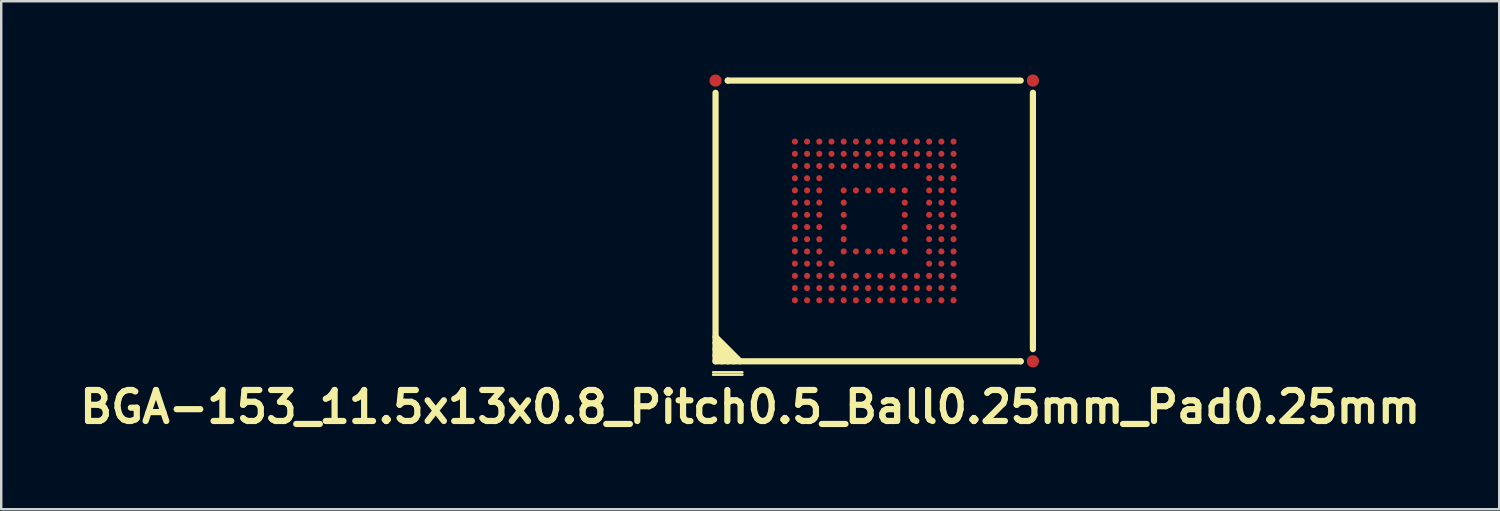
<source format=kicad_pcb>
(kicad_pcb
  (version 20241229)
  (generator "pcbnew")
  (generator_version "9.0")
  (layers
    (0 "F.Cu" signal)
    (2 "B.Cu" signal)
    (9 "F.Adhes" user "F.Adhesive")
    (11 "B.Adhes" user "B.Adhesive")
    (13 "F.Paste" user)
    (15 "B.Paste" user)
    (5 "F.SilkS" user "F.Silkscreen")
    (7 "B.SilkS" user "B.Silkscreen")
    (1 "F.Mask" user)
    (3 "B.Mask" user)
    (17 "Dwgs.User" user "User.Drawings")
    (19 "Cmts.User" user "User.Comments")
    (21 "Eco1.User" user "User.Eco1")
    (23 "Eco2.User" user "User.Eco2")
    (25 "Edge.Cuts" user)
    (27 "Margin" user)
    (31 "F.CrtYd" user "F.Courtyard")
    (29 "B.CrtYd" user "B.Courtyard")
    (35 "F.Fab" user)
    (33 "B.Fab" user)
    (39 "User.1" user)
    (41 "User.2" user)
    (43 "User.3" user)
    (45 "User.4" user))
  (footprint "BGA-153_11.5x13x0.8_Pitch0.5_Ball0.25mm_Pad0.25mm"
    (layer "F.Cu")
    (at 32.76 6)
    (property "Reference" "BGA-153_11.5x13x0.8_Pitch0.5_Ball0.25mm_Pad0.25mm" (at -5.08 7.62 0) (layer "F.SilkS") (effects (font (size 1.27 1.27) (thickness 0.254))))
    (attr smd)
    (fp_line (start -6.6 6.2) (end -5.4 6.2) (stroke (width 0.1) (type default)) (layer "F.SilkS"))
    (fp_line (start -6.6 6.3) (end -5.4 6.3) (stroke (width 0.1) (type default)) (layer "F.SilkS"))
    (fp_line (start -6.5 -5.25) (end -6.5 5.75) (stroke (width 0.254) (type solid)) (layer "F.SilkS"))
    (fp_line (start -6.5 4.75) (end -5.5 5.75) (stroke (width 0.254) (type solid)) (layer "F.SilkS"))
    (fp_line (start -6.5 5) (end -5.75 5.75) (stroke (width 0.254) (type solid)) (layer "F.SilkS"))
    (fp_line (start -6.5 5.25) (end -6 5.75) (stroke (width 0.254) (type solid)) (layer "F.SilkS"))
    (fp_line (start -6.5 5.5) (end -6.25 5.75) (stroke (width 0.254) (type solid)) (layer "F.SilkS"))
    (fp_line (start -6.5 5.75) (end 6 5.75) (stroke (width 0.254) (type solid)) (layer "F.SilkS"))
    (fp_line (start -6 -5.75) (end -6 -5.75) (stroke (width 0.254) (type solid)) (layer "F.SilkS"))
    (fp_line (start 6 -5.75) (end -6 -5.75) (stroke (width 0.254) (type solid)) (layer "F.SilkS"))
    (fp_line (start 6 5.75) (end 6 5.75) (stroke (width 0.254) (type solid)) (layer "F.SilkS"))
    (fp_line (start 6.5 5.25) (end 6.5 -5.25) (stroke (width 0.254) (type solid)) (layer "F.SilkS"))
    (pad "" smd rect (at -3.25 -3.25) (size 0.3 0.3) (layers "F.Paste"))
    (pad "" smd rect (at -3.25 -2.75) (size 0.3 0.3) (layers "F.Paste"))
    (pad "" smd rect (at -3.25 -2.25) (size 0.3 0.3) (layers "F.Paste"))
    (pad "" smd rect (at -3.25 -1.75) (size 0.3 0.3) (layers "F.Paste"))
    (pad "" smd rect (at -3.25 -1.25) (size 0.3 0.3) (layers "F.Paste"))
    (pad "" smd rect (at -3.25 -0.75) (size 0.3 0.3) (layers "F.Paste"))
    (pad "" smd rect (at -3.25 -0.25) (size 0.3 0.3) (layers "F.Paste"))
    (pad "" smd rect (at -3.25 0.25) (size 0.3 0.3) (layers "F.Paste"))
    (pad "" smd rect (at -3.25 0.75) (size 0.3 0.3) (layers "F.Paste"))
    (pad "" smd rect (at -3.25 1.25) (size 0.3 0.3) (layers "F.Paste"))
    (pad "" smd rect (at -3.25 1.75) (size 0.3 0.3) (layers "F.Paste"))
    (pad "" smd rect (at -3.25 2.25) (size 0.3 0.3) (layers "F.Paste"))
    (pad "" smd rect (at -3.25 2.75) (size 0.3 0.3) (layers "F.Paste"))
    (pad "" smd rect (at -3.25 3.25) (size 0.3 0.3) (layers "F.Paste"))
    (pad "" smd rect (at -2.75 -3.25) (size 0.3 0.3) (layers "F.Paste"))
    (pad "" smd rect (at -2.75 -2.75) (size 0.3 0.3) (layers "F.Paste"))
    (pad "" smd rect (at -2.75 -2.25) (size 0.3 0.3) (layers "F.Paste"))
    (pad "" smd rect (at -2.75 -1.75) (size 0.3 0.3) (layers "F.Paste"))
    (pad "" smd rect (at -2.75 -1.25) (size 0.3 0.3) (layers "F.Paste"))
    (pad "" smd rect (at -2.75 -0.75) (size 0.3 0.3) (layers "F.Paste"))
    (pad "" smd rect (at -2.75 -0.25) (size 0.3 0.3) (layers "F.Paste"))
    (pad "" smd rect (at -2.75 0.25) (size 0.3 0.3) (layers "F.Paste"))
    (pad "" smd rect (at -2.75 0.75) (size 0.3 0.3) (layers "F.Paste"))
    (pad "" smd rect (at -2.75 1.25) (size 0.3 0.3) (layers "F.Paste"))
    (pad "" smd rect (at -2.75 1.75) (size 0.3 0.3) (layers "F.Paste"))
    (pad "" smd rect (at -2.75 2.25) (size 0.3 0.3) (layers "F.Paste"))
    (pad "" smd rect (at -2.75 2.75) (size 0.3 0.3) (layers "F.Paste"))
    (pad "" smd rect (at -2.75 3.25) (size 0.3 0.3) (layers "F.Paste"))
    (pad "" smd rect (at -2.25 -3.25) (size 0.3 0.3) (layers "F.Paste"))
    (pad "" smd rect (at -2.25 -2.75) (size 0.3 0.3) (layers "F.Paste"))
    (pad "" smd rect (at -2.25 -2.25) (size 0.3 0.3) (layers "F.Paste"))
    (pad "" smd rect (at -2.25 -1.75) (size 0.3 0.3) (layers "F.Paste"))
    (pad "" smd rect (at -2.25 -1.25) (size 0.3 0.3) (layers "F.Paste"))
    (pad "" smd rect (at -2.25 -0.75) (size 0.3 0.3) (layers "F.Paste"))
    (pad "" smd rect (at -2.25 -0.25) (size 0.3 0.3) (layers "F.Paste"))
    (pad "" smd rect (at -2.25 0.25) (size 0.3 0.3) (layers "F.Paste"))
    (pad "" smd rect (at -2.25 0.75) (size 0.3 0.3) (layers "F.Paste"))
    (pad "" smd rect (at -2.25 1.25) (size 0.3 0.3) (layers "F.Paste"))
    (pad "" smd rect (at -2.25 1.75) (size 0.3 0.3) (layers "F.Paste"))
    (pad "" smd rect (at -2.25 2.25) (size 0.3 0.3) (layers "F.Paste"))
    (pad "" smd rect (at -2.25 2.75) (size 0.3 0.3) (layers "F.Paste"))
    (pad "" smd rect (at -2.25 3.25) (size 0.3 0.3) (layers "F.Paste"))
    (pad "" smd rect (at -1.75 -3.25) (size 0.3 0.3) (layers "F.Paste"))
    (pad "" smd rect (at -1.75 -2.75) (size 0.3 0.3) (layers "F.Paste"))
    (pad "" smd rect (at -1.75 -2.25) (size 0.3 0.3) (layers "F.Paste"))
    (pad "" smd rect (at -1.75 1.75) (size 0.3 0.3) (layers "F.Paste"))
    (pad "" smd rect (at -1.75 2.25) (size 0.3 0.3) (layers "F.Paste"))
    (pad "" smd rect (at -1.75 2.75) (size 0.3 0.3) (layers "F.Paste"))
    (pad "" smd rect (at -1.75 3.25) (size 0.3 0.3) (layers "F.Paste"))
    (pad "" smd rect (at -1.25 -3.25) (size 0.3 0.3) (layers "F.Paste"))
    (pad "" smd rect (at -1.25 -2.75) (size 0.3 0.3) (layers "F.Paste"))
    (pad "" smd rect (at -1.25 -2.25) (size 0.3 0.3) (layers "F.Paste"))
    (pad "" smd rect (at -1.25 -1.25) (size 0.3 0.3) (layers "F.Paste"))
    (pad "" smd rect (at -1.25 -0.75) (size 0.3 0.3) (layers "F.Paste"))
    (pad "" smd rect (at -1.25 -0.25) (size 0.3 0.3) (layers "F.Paste"))
    (pad "" smd rect (at -1.25 0.25) (size 0.3 0.3) (layers "F.Paste"))
    (pad "" smd rect (at -1.25 0.75) (size 0.3 0.3) (layers "F.Paste"))
    (pad "" smd rect (at -1.25 1.25) (size 0.3 0.3) (layers "F.Paste"))
    (pad "" smd rect (at -1.25 2.25) (size 0.3 0.3) (layers "F.Paste"))
    (pad "" smd rect (at -1.25 2.75) (size 0.3 0.3) (layers "F.Paste"))
    (pad "" smd rect (at -1.25 3.25) (size 0.3 0.3) (layers "F.Paste"))
    (pad "" smd rect (at -0.75 -3.25) (size 0.3 0.3) (layers "F.Paste"))
    (pad "" smd rect (at -0.75 -2.75) (size 0.3 0.3) (layers "F.Paste"))
    (pad "" smd rect (at -0.75 -2.25) (size 0.3 0.3) (layers "F.Paste"))
    (pad "" smd rect (at -0.75 -1.25) (size 0.3 0.3) (layers "F.Paste"))
    (pad "" smd rect (at -0.75 1.25) (size 0.3 0.3) (layers "F.Paste"))
    (pad "" smd rect (at -0.75 2.25) (size 0.3 0.3) (layers "F.Paste"))
    (pad "" smd rect (at -0.75 2.75) (size 0.3 0.3) (layers "F.Paste"))
    (pad "" smd rect (at -0.75 3.25) (size 0.3 0.3) (layers "F.Paste"))
    (pad "" smd rect (at -0.25 -3.25) (size 0.3 0.3) (layers "F.Paste"))
    (pad "" smd rect (at -0.25 -2.75) (size 0.3 0.3) (layers "F.Paste"))
    (pad "" smd rect (at -0.25 -2.25) (size 0.3 0.3) (layers "F.Paste"))
    (pad "" smd rect (at -0.25 -1.25) (size 0.3 0.3) (layers "F.Paste"))
    (pad "" smd rect (at -0.25 1.25) (size 0.3 0.3) (layers "F.Paste"))
    (pad "" smd rect (at -0.25 2.25) (size 0.3 0.3) (layers "F.Paste"))
    (pad "" smd rect (at -0.25 2.75) (size 0.3 0.3) (layers "F.Paste"))
    (pad "" smd rect (at -0.25 3.25) (size 0.3 0.3) (layers "F.Paste"))
    (pad "" smd rect (at 0.25 -3.25) (size 0.3 0.3) (layers "F.Paste"))
    (pad "" smd rect (at 0.25 -2.75) (size 0.3 0.3) (layers "F.Paste"))
    (pad "" smd rect (at 0.25 -2.25) (size 0.3 0.3) (layers "F.Paste"))
    (pad "" smd rect (at 0.25 -1.25) (size 0.3 0.3) (layers "F.Paste"))
    (pad "" smd rect (at 0.25 1.25) (size 0.3 0.3) (layers "F.Paste"))
    (pad "" smd rect (at 0.25 2.25) (size 0.3 0.3) (layers "F.Paste"))
    (pad "" smd rect (at 0.25 2.75) (size 0.3 0.3) (layers "F.Paste"))
    (pad "" smd rect (at 0.25 3.25) (size 0.3 0.3) (layers "F.Paste"))
    (pad "" smd rect (at 0.75 -3.25) (size 0.3 0.3) (layers "F.Paste"))
    (pad "" smd rect (at 0.75 -2.75) (size 0.3 0.3) (layers "F.Paste"))
    (pad "" smd rect (at 0.75 -2.25) (size 0.3 0.3) (layers "F.Paste"))
    (pad "" smd rect (at 0.75 -1.25) (size 0.3 0.3) (layers "F.Paste"))
    (pad "" smd rect (at 0.75 1.25) (size 0.3 0.3) (layers "F.Paste"))
    (pad "" smd rect (at 0.75 2.25) (size 0.3 0.3) (layers "F.Paste"))
    (pad "" smd rect (at 0.75 2.75) (size 0.3 0.3) (layers "F.Paste"))
    (pad "" smd rect (at 0.75 3.25) (size 0.3 0.3) (layers "F.Paste"))
    (pad "" smd rect (at 1.25 -3.25) (size 0.3 0.3) (layers "F.Paste"))
    (pad "" smd rect (at 1.25 -2.75) (size 0.3 0.3) (layers "F.Paste"))
    (pad "" smd rect (at 1.25 -2.25) (size 0.3 0.3) (layers "F.Paste"))
    (pad "" smd rect (at 1.25 -1.25) (size 0.3 0.3) (layers "F.Paste"))
    (pad "" smd rect (at 1.25 -0.75) (size 0.3 0.3) (layers "F.Paste"))
    (pad "" smd rect (at 1.25 -0.25) (size 0.3 0.3) (layers "F.Paste"))
    (pad "" smd rect (at 1.25 0.25) (size 0.3 0.3) (layers "F.Paste"))
    (pad "" smd rect (at 1.25 0.75) (size 0.3 0.3) (layers "F.Paste"))
    (pad "" smd rect (at 1.25 1.25) (size 0.3 0.3) (layers "F.Paste"))
    (pad "" smd rect (at 1.25 2.25) (size 0.3 0.3) (layers "F.Paste"))
    (pad "" smd rect (at 1.25 2.75) (size 0.3 0.3) (layers "F.Paste"))
    (pad "" smd rect (at 1.25 3.25) (size 0.3 0.3) (layers "F.Paste"))
    (pad "" smd rect (at 1.75 -3.25) (size 0.3 0.3) (layers "F.Paste"))
    (pad "" smd rect (at 1.75 -2.75) (size 0.3 0.3) (layers "F.Paste"))
    (pad "" smd rect (at 1.75 -2.25) (size 0.3 0.3) (layers "F.Paste"))
    (pad "" smd rect (at 1.75 2.25) (size 0.3 0.3) (layers "F.Paste"))
    (pad "" smd rect (at 1.75 2.75) (size 0.3 0.3) (layers "F.Paste"))
    (pad "" smd rect (at 1.75 3.25) (size 0.3 0.3) (layers "F.Paste"))
    (pad "" smd rect (at 2.25 -3.25) (size 0.3 0.3) (layers "F.Paste"))
    (pad "" smd rect (at 2.25 -2.75) (size 0.3 0.3) (layers "F.Paste"))
    (pad "" smd rect (at 2.25 -2.25) (size 0.3 0.3) (layers "F.Paste"))
    (pad "" smd rect (at 2.25 -1.75) (size 0.3 0.3) (layers "F.Paste"))
    (pad "" smd rect (at 2.25 -1.25) (size 0.3 0.3) (layers "F.Paste"))
    (pad "" smd rect (at 2.25 -0.75) (size 0.3 0.3) (layers "F.Paste"))
    (pad "" smd rect (at 2.25 -0.25) (size 0.3 0.3) (layers "F.Paste"))
    (pad "" smd rect (at 2.25 0.25) (size 0.3 0.3) (layers "F.Paste"))
    (pad "" smd rect (at 2.25 0.75) (size 0.3 0.3) (layers "F.Paste"))
    (pad "" smd rect (at 2.25 1.25) (size 0.3 0.3) (layers "F.Paste"))
    (pad "" smd rect (at 2.25 1.75) (size 0.3 0.3) (layers "F.Paste"))
    (pad "" smd rect (at 2.25 2.25) (size 0.3 0.3) (layers "F.Paste"))
    (pad "" smd rect (at 2.25 2.75) (size 0.3 0.3) (layers "F.Paste"))
    (pad "" smd rect (at 2.25 3.25) (size 0.3 0.3) (layers "F.Paste"))
    (pad "" smd rect (at 2.75 -3.25) (size 0.3 0.3) (layers "F.Paste"))
    (pad "" smd rect (at 2.75 -2.75) (size 0.3 0.3) (layers "F.Paste"))
    (pad "" smd rect (at 2.75 -2.25) (size 0.3 0.3) (layers "F.Paste"))
    (pad "" smd rect (at 2.75 -1.75) (size 0.3 0.3) (layers "F.Paste"))
    (pad "" smd rect (at 2.75 -1.25) (size 0.3 0.3) (layers "F.Paste"))
    (pad "" smd rect (at 2.75 -0.75) (size 0.3 0.3) (layers "F.Paste"))
    (pad "" smd rect (at 2.75 -0.25) (size 0.3 0.3) (layers "F.Paste"))
    (pad "" smd rect (at 2.75 0.25) (size 0.3 0.3) (layers "F.Paste"))
    (pad "" smd rect (at 2.75 0.75) (size 0.3 0.3) (layers "F.Paste"))
    (pad "" smd rect (at 2.75 1.25) (size 0.3 0.3) (layers "F.Paste"))
    (pad "" smd rect (at 2.75 1.75) (size 0.3 0.3) (layers "F.Paste"))
    (pad "" smd rect (at 2.75 2.25) (size 0.3 0.3) (layers "F.Paste"))
    (pad "" smd rect (at 2.75 2.75) (size 0.3 0.3) (layers "F.Paste"))
    (pad "" smd rect (at 2.75 3.25) (size 0.3 0.3) (layers "F.Paste"))
    (pad "" smd rect (at 3.25 -3.25) (size 0.3 0.3) (layers "F.Paste"))
    (pad "" smd rect (at 3.25 -2.75) (size 0.3 0.3) (layers "F.Paste"))
    (pad "" smd rect (at 3.25 -2.25) (size 0.3 0.3) (layers "F.Paste"))
    (pad "" smd rect (at 3.25 -1.75) (size 0.3 0.3) (layers "F.Paste"))
    (pad "" smd rect (at 3.25 -1.25) (size 0.3 0.3) (layers "F.Paste"))
    (pad "" smd rect (at 3.25 -0.75) (size 0.3 0.3) (layers "F.Paste"))
    (pad "" smd rect (at 3.25 -0.25) (size 0.3 0.3) (layers "F.Paste"))
    (pad "" smd rect (at 3.25 0.25) (size 0.3 0.3) (layers "F.Paste"))
    (pad "" smd rect (at 3.25 0.75) (size 0.3 0.3) (layers "F.Paste"))
    (pad "" smd rect (at 3.25 1.25) (size 0.3 0.3) (layers "F.Paste"))
    (pad "" smd rect (at 3.25 1.75) (size 0.3 0.3) (layers "F.Paste"))
    (pad "" smd rect (at 3.25 2.25) (size 0.3 0.3) (layers "F.Paste"))
    (pad "" smd rect (at 3.25 2.75) (size 0.3 0.3) (layers "F.Paste"))
    (pad "" smd rect (at 3.25 3.25) (size 0.3 0.3) (layers "F.Paste"))
    (pad "A1" smd circle (at -3.25 3.25) (size 0.25 0.25) (layers "F.Cu" "F.Mask"))
    (pad "A2" smd circle (at -3.25 2.75) (size 0.25 0.25) (layers "F.Cu" "F.Mask"))
    (pad "A3" smd circle (at -3.25 2.25) (size 0.25 0.25) (layers "F.Cu" "F.Mask"))
    (pad "A4" smd circle (at -3.25 1.75) (size 0.25 0.25) (layers "F.Cu" "F.Mask"))
    (pad "A5" smd circle (at -3.25 1.25) (size 0.25 0.25) (layers "F.Cu" "F.Mask"))
    (pad "A6" smd circle (at -3.25 0.75) (size 0.25 0.25) (layers "F.Cu" "F.Mask"))
    (pad "A7" smd circle (at -3.25 0.25) (size 0.25 0.25) (layers "F.Cu" "F.Mask"))
    (pad "A8" smd circle (at -3.25 -0.25) (size 0.25 0.25) (layers "F.Cu" "F.Mask"))
    (pad "A9" smd circle (at -3.25 -0.75) (size 0.25 0.25) (layers "F.Cu" "F.Mask"))
    (pad "A10" smd circle (at -3.25 -1.25) (size 0.25 0.25) (layers "F.Cu" "F.Mask"))
    (pad "A11" smd circle (at -3.25 -1.75) (size 0.25 0.25) (layers "F.Cu" "F.Mask"))
    (pad "A12" smd circle (at -3.25 -2.25) (size 0.25 0.25) (layers "F.Cu" "F.Mask"))
    (pad "A13" smd circle (at -3.25 -2.75) (size 0.25 0.25) (layers "F.Cu" "F.Mask"))
    (pad "A14" smd circle (at -3.25 -3.25) (size 0.25 0.25) (layers "F.Cu" "F.Mask"))
    (pad "B1" smd circle (at -2.75 3.25) (size 0.25 0.25) (layers "F.Cu" "F.Mask"))
    (pad "B2" smd circle (at -2.75 2.75) (size 0.25 0.25) (layers "F.Cu" "F.Mask"))
    (pad "B3" smd circle (at -2.75 2.25) (size 0.25 0.25) (layers "F.Cu" "F.Mask"))
    (pad "B4" smd circle (at -2.75 1.75) (size 0.25 0.25) (layers "F.Cu" "F.Mask"))
    (pad "B5" smd circle (at -2.75 1.25) (size 0.25 0.25) (layers "F.Cu" "F.Mask"))
    (pad "B6" smd circle (at -2.75 0.75) (size 0.25 0.25) (layers "F.Cu" "F.Mask"))
    (pad "B7" smd circle (at -2.75 0.25) (size 0.25 0.25) (layers "F.Cu" "F.Mask"))
    (pad "B8" smd circle (at -2.75 -0.25) (size 0.25 0.25) (layers "F.Cu" "F.Mask"))
    (pad "B9" smd circle (at -2.75 -0.75) (size 0.25 0.25) (layers "F.Cu" "F.Mask"))
    (pad "B10" smd circle (at -2.75 -1.25) (size 0.25 0.25) (layers "F.Cu" "F.Mask"))
    (pad "B11" smd circle (at -2.75 -1.75) (size 0.25 0.25) (layers "F.Cu" "F.Mask"))
    (pad "B12" smd circle (at -2.75 -2.25) (size 0.25 0.25) (layers "F.Cu" "F.Mask"))
    (pad "B13" smd circle (at -2.75 -2.75) (size 0.25 0.25) (layers "F.Cu" "F.Mask"))
    (pad "B14" smd circle (at -2.75 -3.25) (size 0.25 0.25) (layers "F.Cu" "F.Mask"))
    (pad "C1" smd circle (at -2.25 3.25) (size 0.25 0.25) (layers "F.Cu" "F.Mask"))
    (pad "C2" smd circle (at -2.25 2.75) (size 0.25 0.25) (layers "F.Cu" "F.Mask"))
    (pad "C3" smd circle (at -2.25 2.25) (size 0.25 0.25) (layers "F.Cu" "F.Mask"))
    (pad "C4" smd circle (at -2.25 1.75) (size 0.25 0.25) (layers "F.Cu" "F.Mask"))
    (pad "C5" smd circle (at -2.25 1.25) (size 0.25 0.25) (layers "F.Cu" "F.Mask"))
    (pad "C6" smd circle (at -2.25 0.75) (size 0.25 0.25) (layers "F.Cu" "F.Mask"))
    (pad "C7" smd circle (at -2.25 0.25) (size 0.25 0.25) (layers "F.Cu" "F.Mask"))
    (pad "C8" smd circle (at -2.25 -0.25) (size 0.25 0.25) (layers "F.Cu" "F.Mask"))
    (pad "C9" smd circle (at -2.25 -0.75) (size 0.25 0.25) (layers "F.Cu" "F.Mask"))
    (pad "C10" smd circle (at -2.25 -1.25) (size 0.25 0.25) (layers "F.Cu" "F.Mask"))
    (pad "C11" smd circle (at -2.25 -1.75) (size 0.25 0.25) (layers "F.Cu" "F.Mask"))
    (pad "C12" smd circle (at -2.25 -2.25) (size 0.25 0.25) (layers "F.Cu" "F.Mask"))
    (pad "C13" smd circle (at -2.25 -2.75) (size 0.25 0.25) (layers "F.Cu" "F.Mask"))
    (pad "C14" smd circle (at -2.25 -3.25) (size 0.25 0.25) (layers "F.Cu" "F.Mask"))
    (pad "D1" smd circle (at -1.75 3.25) (size 0.25 0.25) (layers "F.Cu" "F.Mask"))
    (pad "D2" smd circle (at -1.75 2.75) (size 0.25 0.25) (layers "F.Cu" "F.Mask"))
    (pad "D3" smd circle (at -1.75 2.25) (size 0.25 0.25) (layers "F.Cu" "F.Mask"))
    (pad "D4" smd circle (at -1.75 1.75) (size 0.25 0.25) (layers "F.Cu" "F.Mask"))
    (pad "D12" smd circle (at -1.75 -2.25) (size 0.25 0.25) (layers "F.Cu" "F.Mask"))
    (pad "D13" smd circle (at -1.75 -2.75) (size 0.25 0.25) (layers "F.Cu" "F.Mask"))
    (pad "D14" smd circle (at -1.75 -3.25) (size 0.25 0.25) (layers "F.Cu" "F.Mask"))
    (pad "E1" smd circle (at -1.25 3.25) (size 0.25 0.25) (layers "F.Cu" "F.Mask"))
    (pad "E2" smd circle (at -1.25 2.75) (size 0.25 0.25) (layers "F.Cu" "F.Mask"))
    (pad "E3" smd circle (at -1.25 2.25) (size 0.25 0.25) (layers "F.Cu" "F.Mask"))
    (pad "E5" smd circle (at -1.25 1.25) (size 0.25 0.25) (layers "F.Cu" "F.Mask"))
    (pad "E6" smd circle (at -1.25 0.75) (size 0.25 0.25) (layers "F.Cu" "F.Mask"))
    (pad "E7" smd circle (at -1.25 0.25) (size 0.25 0.25) (layers "F.Cu" "F.Mask"))
    (pad "E8" smd circle (at -1.25 -0.25) (size 0.25 0.25) (layers "F.Cu" "F.Mask"))
    (pad "E9" smd circle (at -1.25 -0.75) (size 0.25 0.25) (layers "F.Cu" "F.Mask"))
    (pad "E10" smd circle (at -1.25 -1.25) (size 0.25 0.25) (layers "F.Cu" "F.Mask"))
    (pad "E12" smd circle (at -1.25 -2.25) (size 0.25 0.25) (layers "F.Cu" "F.Mask"))
    (pad "E13" smd circle (at -1.25 -2.75) (size 0.25 0.25) (layers "F.Cu" "F.Mask"))
    (pad "E14" smd circle (at -1.25 -3.25) (size 0.25 0.25) (layers "F.Cu" "F.Mask"))
    (pad "F1" smd circle (at -0.75 3.25) (size 0.25 0.25) (layers "F.Cu" "F.Mask"))
    (pad "F2" smd circle (at -0.75 2.75) (size 0.25 0.25) (layers "F.Cu" "F.Mask"))
    (pad "F3" smd circle (at -0.75 2.25) (size 0.25 0.25) (layers "F.Cu" "F.Mask"))
    (pad "F5" smd circle (at -0.75 1.25) (size 0.25 0.25) (layers "F.Cu" "F.Mask"))
    (pad "F10" smd circle (at -0.75 -1.25) (size 0.25 0.25) (layers "F.Cu" "F.Mask"))
    (pad "F12" smd circle (at -0.75 -2.25) (size 0.25 0.25) (layers "F.Cu" "F.Mask"))
    (pad "F13" smd circle (at -0.75 -2.75) (size 0.25 0.25) (layers "F.Cu" "F.Mask"))
    (pad "F14" smd circle (at -0.75 -3.25) (size 0.25 0.25) (layers "F.Cu" "F.Mask"))
    (pad "FID1" smd circle (at -6.5 -5.75) (size 0.5 0.5) (layers "F.Cu" "F.Mask"))
    (pad "FID2" smd circle (at 6.5 -5.75) (size 0.5 0.5) (layers "F.Cu" "F.Mask"))
    (pad "FID3" smd circle (at 6.5 5.75) (size 0.5 0.5) (layers "F.Cu" "F.Mask"))
    (pad "G1" smd circle (at -0.25 3.25) (size 0.25 0.25) (layers "F.Cu" "F.Mask"))
    (pad "G2" smd circle (at -0.25 2.75) (size 0.25 0.25) (layers "F.Cu" "F.Mask"))
    (pad "G3" smd circle (at -0.25 2.25) (size 0.25 0.25) (layers "F.Cu" "F.Mask"))
    (pad "G5" smd circle (at -0.25 1.25) (size 0.25 0.25) (layers "F.Cu" "F.Mask"))
    (pad "G10" smd circle (at -0.25 -1.25) (size 0.25 0.25) (layers "F.Cu" "F.Mask"))
    (pad "G12" smd circle (at -0.25 -2.25) (size 0.25 0.25) (layers "F.Cu" "F.Mask"))
    (pad "G13" smd circle (at -0.25 -2.75) (size 0.25 0.25) (layers "F.Cu" "F.Mask"))
    (pad "G14" smd circle (at -0.25 -3.25) (size 0.25 0.25) (layers "F.Cu" "F.Mask"))
    (pad "H1" smd circle (at 0.25 3.25) (size 0.25 0.25) (layers "F.Cu" "F.Mask"))
    (pad "H2" smd circle (at 0.25 2.75) (size 0.25 0.25) (layers "F.Cu" "F.Mask"))
    (pad "H3" smd circle (at 0.25 2.25) (size 0.25 0.25) (layers "F.Cu" "F.Mask"))
    (pad "H5" smd circle (at 0.25 1.25) (size 0.25 0.25) (layers "F.Cu" "F.Mask"))
    (pad "H10" smd circle (at 0.25 -1.25) (size 0.25 0.25) (layers "F.Cu" "F.Mask"))
    (pad "H12" smd circle (at 0.25 -2.25) (size 0.25 0.25) (layers "F.Cu" "F.Mask"))
    (pad "H13" smd circle (at 0.25 -2.75) (size 0.25 0.25) (layers "F.Cu" "F.Mask"))
    (pad "H14" smd circle (at 0.25 -3.25) (size 0.25 0.25) (layers "F.Cu" "F.Mask"))
    (pad "J1" smd circle (at 0.75 3.25) (size 0.25 0.25) (layers "F.Cu" "F.Mask"))
    (pad "J2" smd circle (at 0.75 2.75) (size 0.25 0.25) (layers "F.Cu" "F.Mask"))
    (pad "J3" smd circle (at 0.75 2.25) (size 0.25 0.25) (layers "F.Cu" "F.Mask"))
    (pad "J5" smd circle (at 0.75 1.25) (size 0.25 0.25) (layers "F.Cu" "F.Mask"))
    (pad "J10" smd circle (at 0.75 -1.25) (size 0.25 0.25) (layers "F.Cu" "F.Mask"))
    (pad "J12" smd circle (at 0.75 -2.25) (size 0.25 0.25) (layers "F.Cu" "F.Mask"))
    (pad "J13" smd circle (at 0.75 -2.75) (size 0.25 0.25) (layers "F.Cu" "F.Mask"))
    (pad "J14" smd circle (at 0.75 -3.25) (size 0.25 0.25) (layers "F.Cu" "F.Mask"))
    (pad "K1" smd circle (at 1.25 3.25) (size 0.25 0.25) (layers "F.Cu" "F.Mask"))
    (pad "K2" smd circle (at 1.25 2.75) (size 0.25 0.25) (layers "F.Cu" "F.Mask"))
    (pad "K3" smd circle (at 1.25 2.25) (size 0.25 0.25) (layers "F.Cu" "F.Mask"))
    (pad "K5" smd circle (at 1.25 1.25) (size 0.25 0.25) (layers "F.Cu" "F.Mask"))
    (pad "K6" smd circle (at 1.25 0.75) (size 0.25 0.25) (layers "F.Cu" "F.Mask"))
    (pad "K7" smd circle (at 1.25 0.25) (size 0.25 0.25) (layers "F.Cu" "F.Mask"))
    (pad "K8" smd circle (at 1.25 -0.25) (size 0.25 0.25) (layers "F.Cu" "F.Mask"))
    (pad "K9" smd circle (at 1.25 -0.75) (size 0.25 0.25) (layers "F.Cu" "F.Mask"))
    (pad "K10" smd circle (at 1.25 -1.25) (size 0.25 0.25) (layers "F.Cu" "F.Mask"))
    (pad "K12" smd circle (at 1.25 -2.25) (size 0.25 0.25) (layers "F.Cu" "F.Mask"))
    (pad "K13" smd circle (at 1.25 -2.75) (size 0.25 0.25) (layers "F.Cu" "F.Mask"))
    (pad "K14" smd circle (at 1.25 -3.25) (size 0.25 0.25) (layers "F.Cu" "F.Mask"))
    (pad "L1" smd circle (at 1.75 3.25) (size 0.25 0.25) (layers "F.Cu" "F.Mask"))
    (pad "L2" smd circle (at 1.75 2.75) (size 0.25 0.25) (layers "F.Cu" "F.Mask"))
    (pad "L3" smd circle (at 1.75 2.25) (size 0.25 0.25) (layers "F.Cu" "F.Mask"))
    (pad "L12" smd circle (at 1.75 -2.25) (size 0.25 0.25) (layers "F.Cu" "F.Mask"))
    (pad "L13" smd circle (at 1.75 -2.75) (size 0.25 0.25) (layers "F.Cu" "F.Mask"))
    (pad "L14" smd circle (at 1.75 -3.25) (size 0.25 0.25) (layers "F.Cu" "F.Mask"))
    (pad "M1" smd circle (at 2.25 3.25) (size 0.25 0.25) (layers "F.Cu" "F.Mask"))
    (pad "M2" smd circle (at 2.25 2.75) (size 0.25 0.25) (layers "F.Cu" "F.Mask"))
    (pad "M3" smd circle (at 2.25 2.25) (size 0.25 0.25) (layers "F.Cu" "F.Mask"))
    (pad "M4" smd circle (at 2.25 1.75) (size 0.25 0.25) (layers "F.Cu" "F.Mask"))
    (pad "M5" smd circle (at 2.25 1.25) (size 0.25 0.25) (layers "F.Cu" "F.Mask"))
    (pad "M6" smd circle (at 2.25 0.75) (size 0.25 0.25) (layers "F.Cu" "F.Mask"))
    (pad "M7" smd circle (at 2.25 0.25) (size 0.25 0.25) (layers "F.Cu" "F.Mask"))
    (pad "M8" smd circle (at 2.25 -0.25) (size 0.25 0.25) (layers "F.Cu" "F.Mask"))
    (pad "M9" smd circle (at 2.25 -0.75) (size 0.25 0.25) (layers "F.Cu" "F.Mask"))
    (pad "M10" smd circle (at 2.25 -1.25) (size 0.25 0.25) (layers "F.Cu" "F.Mask"))
    (pad "M11" smd circle (at 2.25 -1.75) (size 0.25 0.25) (layers "F.Cu" "F.Mask"))
    (pad "M12" smd circle (at 2.25 -2.25) (size 0.25 0.25) (layers "F.Cu" "F.Mask"))
    (pad "M13" smd circle (at 2.25 -2.75) (size 0.25 0.25) (layers "F.Cu" "F.Mask"))
    (pad "M14" smd circle (at 2.25 -3.25) (size 0.25 0.25) (layers "F.Cu" "F.Mask"))
    (pad "N1" smd circle (at 2.75 3.25) (size 0.25 0.25) (layers "F.Cu" "F.Mask"))
    (pad "N2" smd circle (at 2.75 2.75) (size 0.25 0.25) (layers "F.Cu" "F.Mask"))
    (pad "N3" smd circle (at 2.75 2.25) (size 0.25 0.25) (layers "F.Cu" "F.Mask"))
    (pad "N4" smd circle (at 2.75 1.75) (size 0.25 0.25) (layers "F.Cu" "F.Mask"))
    (pad "N5" smd circle (at 2.75 1.25) (size 0.25 0.25) (layers "F.Cu" "F.Mask"))
    (pad "N6" smd circle (at 2.75 0.75) (size 0.25 0.25) (layers "F.Cu" "F.Mask"))
    (pad "N7" smd circle (at 2.75 0.25) (size 0.25 0.25) (layers "F.Cu" "F.Mask"))
    (pad "N8" smd circle (at 2.75 -0.25) (size 0.25 0.25) (layers "F.Cu" "F.Mask"))
    (pad "N9" smd circle (at 2.75 -0.75) (size 0.25 0.25) (layers "F.Cu" "F.Mask"))
    (pad "N10" smd circle (at 2.75 -1.25) (size 0.25 0.25) (layers "F.Cu" "F.Mask"))
    (pad "N11" smd circle (at 2.75 -1.75) (size 0.25 0.25) (layers "F.Cu" "F.Mask"))
    (pad "N12" smd circle (at 2.75 -2.25) (size 0.25 0.25) (layers "F.Cu" "F.Mask"))
    (pad "N13" smd circle (at 2.75 -2.75) (size 0.25 0.25) (layers "F.Cu" "F.Mask"))
    (pad "N14" smd circle (at 2.75 -3.25) (size 0.25 0.25) (layers "F.Cu" "F.Mask"))
    (pad "P1" smd circle (at 3.25 3.25) (size 0.25 0.25) (layers "F.Cu" "F.Mask"))
    (pad "P2" smd circle (at 3.25 2.75) (size 0.25 0.25) (layers "F.Cu" "F.Mask"))
    (pad "P3" smd circle (at 3.25 2.25) (size 0.25 0.25) (layers "F.Cu" "F.Mask"))
    (pad "P4" smd circle (at 3.25 1.75) (size 0.25 0.25) (layers "F.Cu" "F.Mask"))
    (pad "P5" smd circle (at 3.25 1.25) (size 0.25 0.25) (layers "F.Cu" "F.Mask"))
    (pad "P6" smd circle (at 3.25 0.75) (size 0.25 0.25) (layers "F.Cu" "F.Mask"))
    (pad "P7" smd circle (at 3.25 0.25) (size 0.25 0.25) (layers "F.Cu" "F.Mask"))
    (pad "P8" smd circle (at 3.25 -0.25) (size 0.25 0.25) (layers "F.Cu" "F.Mask"))
    (pad "P9" smd circle (at 3.25 -0.75) (size 0.25 0.25) (layers "F.Cu" "F.Mask"))
    (pad "P10" smd circle (at 3.25 -1.25) (size 0.25 0.25) (layers "F.Cu" "F.Mask"))
    (pad "P11" smd circle (at 3.25 -1.75) (size 0.25 0.25) (layers "F.Cu" "F.Mask"))
    (pad "P12" smd circle (at 3.25 -2.25) (size 0.25 0.25) (layers "F.Cu" "F.Mask"))
    (pad "P13" smd circle (at 3.25 -2.75) (size 0.25 0.25) (layers "F.Cu" "F.Mask"))
    (pad "P14" smd circle (at 3.25 -3.25) (size 0.25 0.25) (layers "F.Cu" "F.Mask")))
  (gr_rect
    (start -3 -3)
    (end 58.36 17.809)
    (stroke (width 0.1) (type default))
    (fill no)
    (layer "Edge.Cuts")))
</source>
